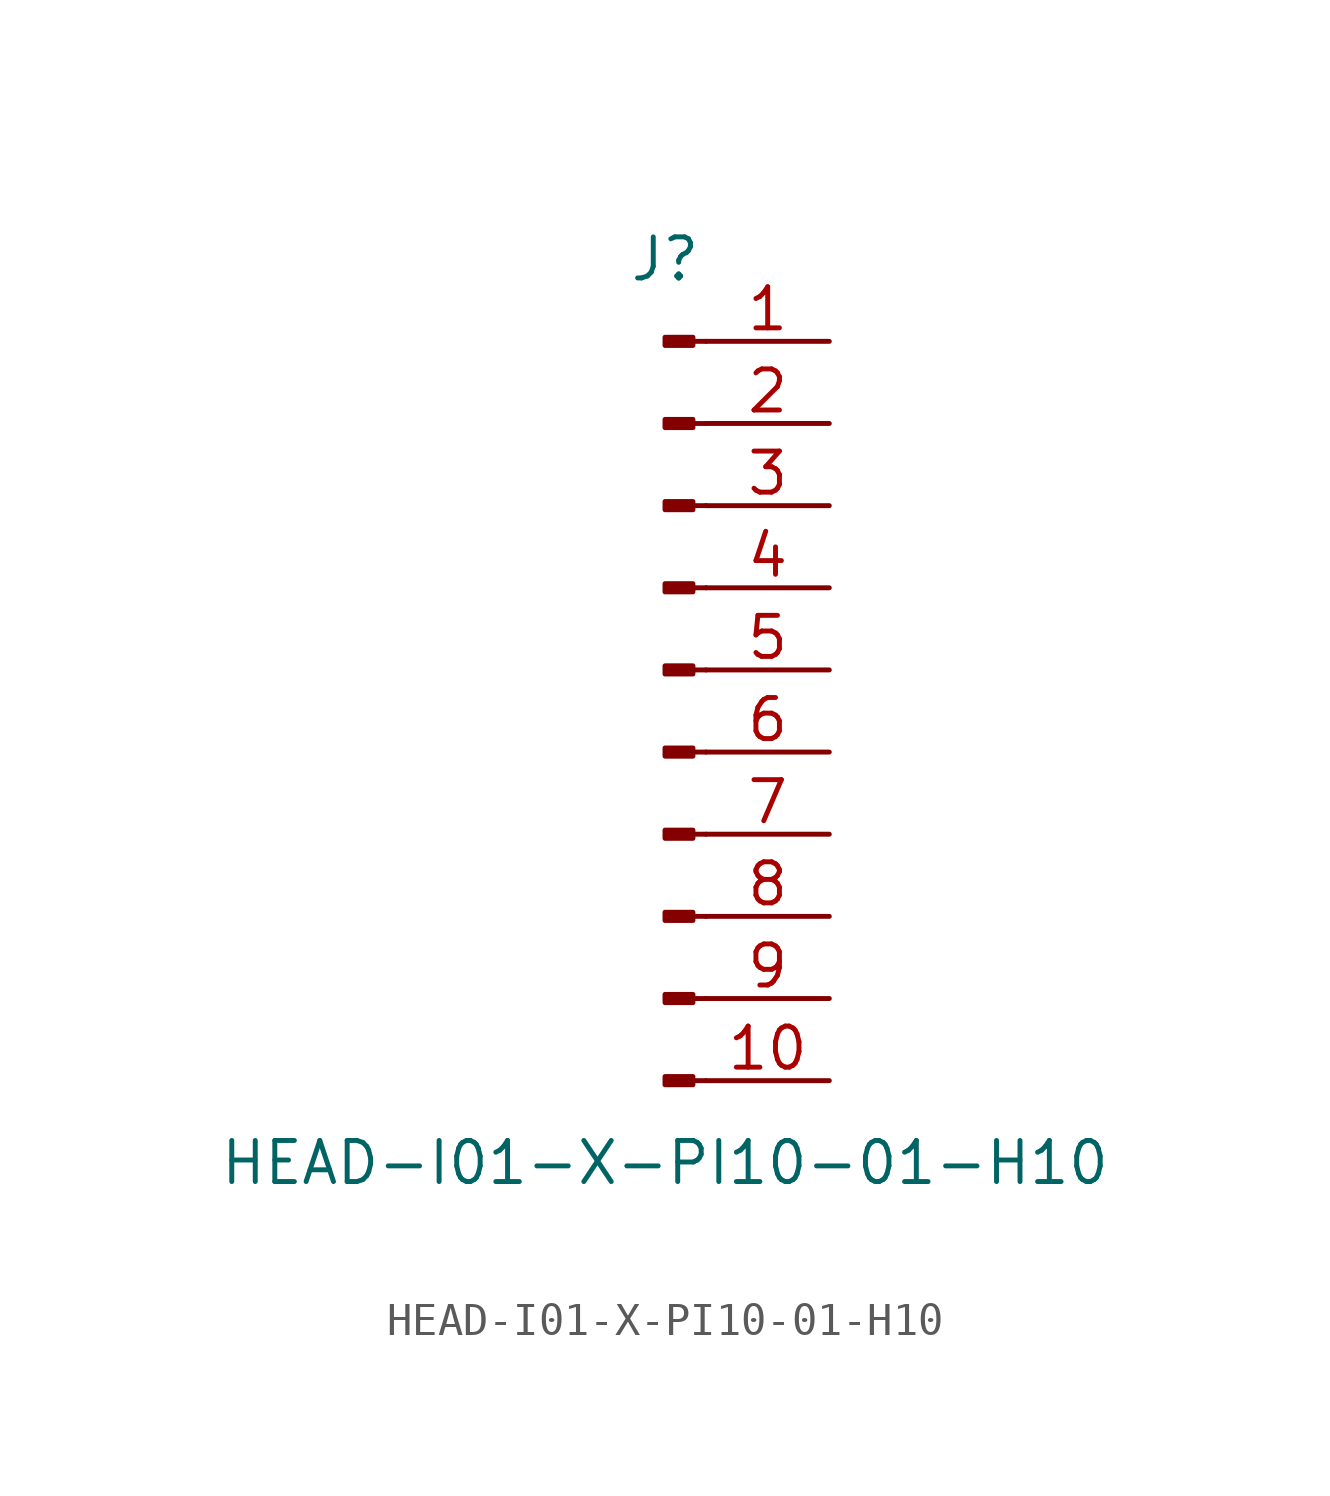
<source format=kicad_sym>
(kicad_symbol_lib
  (version 20211014)
  (generator kicad_symbol_editor)
  (symbol "HEAD-I01-X-PI10-01-H10"
    (pin_names
      (offset 1.016) hide)
    (property "Reference" "J"
      (at 0 12.7 0)
      (effects (font (size 1.27 1.27))))
    (property "Value" "HEAD-I01-X-PI10-01-H10"
      (at 0 -15.24 0)
      (effects (font (size 1.27 1.27))))
    (symbol "HEAD-I01-X-PI10-01-H10_1_1"
      (polyline (pts (xy 1.27 -12.7) (xy 0.864 -12.7)) (stroke (width 0.152) (type default) (color 0 0 0 0)) (fill (type none)))
      (polyline (pts (xy 1.27 -10.16) (xy 0.864 -10.16)) (stroke (width 0.152) (type default) (color 0 0 0 0)) (fill (type none)))
      (polyline (pts (xy 1.27 -7.62) (xy 0.864 -7.62)) (stroke (width 0.152) (type default) (color 0 0 0 0)) (fill (type none)))
      (polyline (pts (xy 1.27 -5.08) (xy 0.864 -5.08)) (stroke (width 0.152) (type default) (color 0 0 0 0)) (fill (type none)))
      (polyline (pts (xy 1.27 -2.54) (xy 0.864 -2.54)) (stroke (width 0.152) (type default) (color 0 0 0 0)) (fill (type none)))
      (polyline (pts (xy 1.27 0) (xy 0.864 0)) (stroke (width 0.152) (type default) (color 0 0 0 0)) (fill (type none)))
      (polyline (pts (xy 1.27 2.54) (xy 0.864 2.54)) (stroke (width 0.152) (type default) (color 0 0 0 0)) (fill (type none)))
      (polyline (pts (xy 1.27 5.08) (xy 0.864 5.08)) (stroke (width 0.152) (type default) (color 0 0 0 0)) (fill (type none)))
      (polyline (pts (xy 1.27 7.62) (xy 0.864 7.62)) (stroke (width 0.152) (type default) (color 0 0 0 0)) (fill (type none)))
      (polyline (pts (xy 1.27 10.16) (xy 0.864 10.16)) (stroke (width 0.152) (type default) (color 0 0 0 0)) (fill (type none)))
      (rectangle (start 0.864 -12.573) (end 0 -12.827) (stroke (width 0.152) (type default) (color 0 0 0 0)) (fill (type outline)))
      (rectangle (start 0.864 -10.033) (end 0 -10.287) (stroke (width 0.152) (type default) (color 0 0 0 0)) (fill (type outline)))
      (rectangle (start 0.864 -7.493) (end 0 -7.747) (stroke (width 0.152) (type default) (color 0 0 0 0)) (fill (type outline)))
      (rectangle (start 0.864 -4.953) (end 0 -5.207) (stroke (width 0.152) (type default) (color 0 0 0 0)) (fill (type outline)))
      (rectangle (start 0.864 -2.413) (end 0 -2.667) (stroke (width 0.152) (type default) (color 0 0 0 0)) (fill (type outline)))
      (rectangle (start 0.864 0.127) (end 0 -0.127) (stroke (width 0.152) (type default) (color 0 0 0 0)) (fill (type outline)))
      (rectangle (start 0.864 2.667) (end 0 2.413) (stroke (width 0.152) (type default) (color 0 0 0 0)) (fill (type outline)))
      (rectangle (start 0.864 5.207) (end 0 4.953) (stroke (width 0.152) (type default) (color 0 0 0 0)) (fill (type outline)))
      (rectangle (start 0.864 7.747) (end 0 7.493) (stroke (width 0.152) (type default) (color 0 0 0 0)) (fill (type outline)))
      (rectangle (start 0.864 10.287) (end 0 10.033) (stroke (width 0.152) (type default) (color 0 0 0 0)) (fill (type outline)))
      (pin passive line (at 5.08 10.16 180) (length 3.81) (name "Pin_1" (effects (font (size 1.27 1.27)))) (number "1" (effects (font (size 1.27 1.27)))))
      (pin passive line (at 5.08 -12.7 180) (length 3.81) (name "Pin_10" (effects (font (size 1.27 1.27)))) (number "10" (effects (font (size 1.27 1.27)))))
      (pin passive line (at 5.08 7.62 180) (length 3.81) (name "Pin_2" (effects (font (size 1.27 1.27)))) (number "2" (effects (font (size 1.27 1.27)))))
      (pin passive line (at 5.08 5.08 180) (length 3.81) (name "Pin_3" (effects (font (size 1.27 1.27)))) (number "3" (effects (font (size 1.27 1.27)))))
      (pin passive line (at 5.08 2.54 180) (length 3.81) (name "Pin_4" (effects (font (size 1.27 1.27)))) (number "4" (effects (font (size 1.27 1.27)))))
      (pin passive line (at 5.08 0 180) (length 3.81) (name "Pin_5" (effects (font (size 1.27 1.27)))) (number "5" (effects (font (size 1.27 1.27)))))
      (pin passive line (at 5.08 -2.54 180) (length 3.81) (name "Pin_6" (effects (font (size 1.27 1.27)))) (number "6" (effects (font (size 1.27 1.27)))))
      (pin passive line (at 5.08 -5.08 180) (length 3.81) (name "Pin_7" (effects (font (size 1.27 1.27)))) (number "7" (effects (font (size 1.27 1.27)))))
      (pin passive line (at 5.08 -7.62 180) (length 3.81) (name "Pin_8" (effects (font (size 1.27 1.27)))) (number "8" (effects (font (size 1.27 1.27)))))
      (pin passive line (at 5.08 -10.16 180) (length 3.81) (name "Pin_9" (effects (font (size 1.27 1.27)))) (number "9" (effects (font (size 1.27 1.27))))))))
</source>
